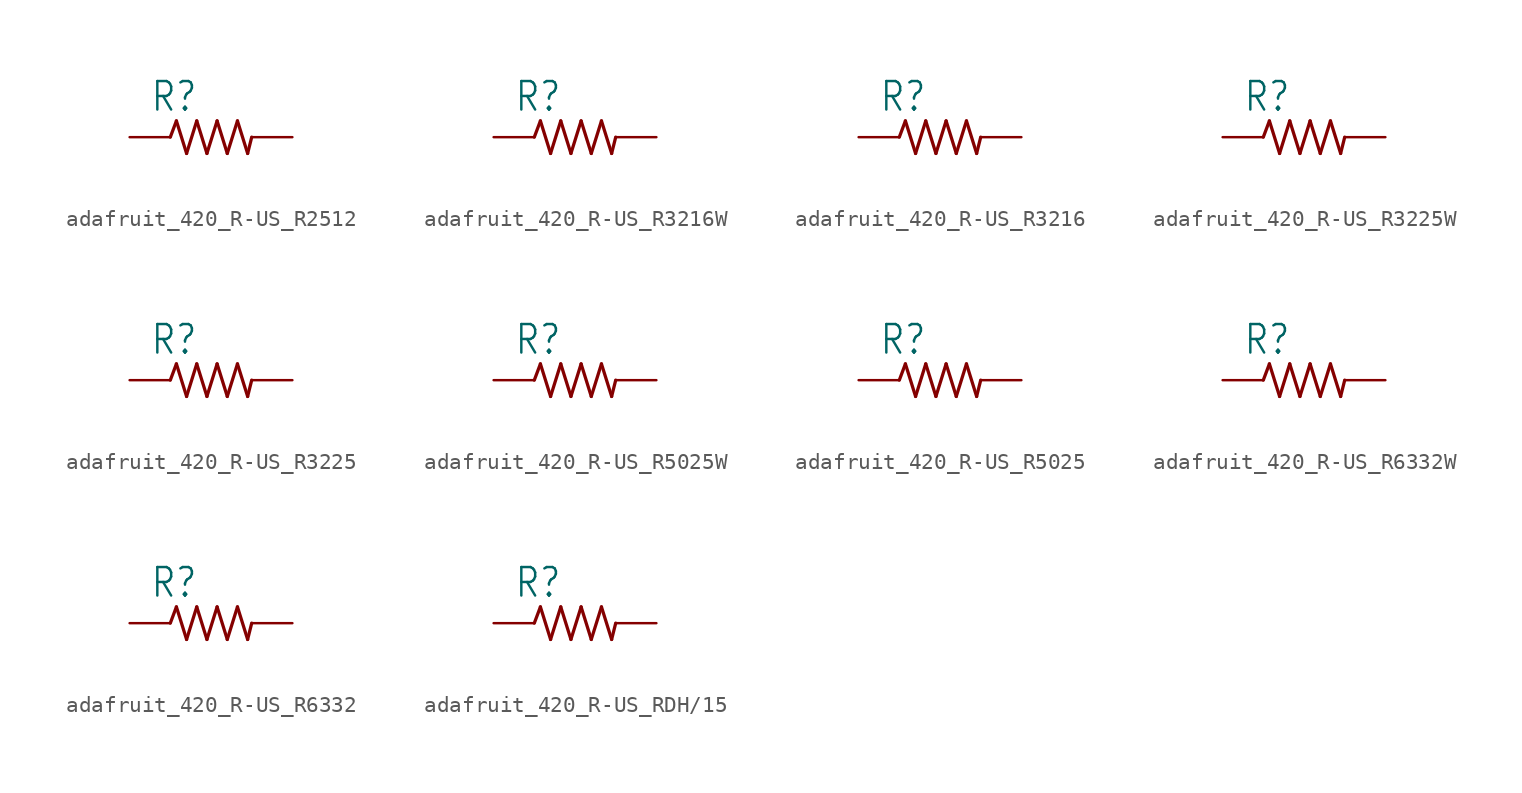
<source format=kicad_sym>
(kicad_symbol_lib
  (version 20241209)
  (generator "kicad_symbol_editor")
  (generator_version "9.0")
  (symbol "adafruit_420_R-US_R2512"
    (property "Reference" "R"
      (at -3.81 1.499 0)
      (effects (font (size 1.778 1.511)) (justify left bottom)))
    (property "Value" ""
      (at -3.81 -3.302 0)
      (effects (font (size 1.778 1.511)) (justify left bottom)))
    (property "ki_locked" ""
      (at 0 0 0)
      (effects (font (size 1.27 1.27))))
    (symbol "adafruit_420_R-US_R2512_1_0"
      (polyline (pts (xy -2.54 0) (xy -2.159 1.016)) (stroke (width 0.203) (type solid)) (fill (type none)))
      (polyline (pts (xy -2.159 1.016) (xy -1.524 -1.016)) (stroke (width 0.203) (type solid)) (fill (type none)))
      (polyline (pts (xy -1.524 -1.016) (xy -0.889 1.016)) (stroke (width 0.203) (type solid)) (fill (type none)))
      (polyline (pts (xy -0.889 1.016) (xy -0.254 -1.016)) (stroke (width 0.203) (type solid)) (fill (type none)))
      (polyline (pts (xy -0.254 -1.016) (xy 0.381 1.016)) (stroke (width 0.203) (type solid)) (fill (type none)))
      (polyline (pts (xy 0.381 1.016) (xy 1.016 -1.016)) (stroke (width 0.203) (type solid)) (fill (type none)))
      (polyline (pts (xy 1.016 -1.016) (xy 1.651 1.016)) (stroke (width 0.203) (type solid)) (fill (type none)))
      (polyline (pts (xy 1.651 1.016) (xy 2.286 -1.016)) (stroke (width 0.203) (type solid)) (fill (type none)))
      (polyline (pts (xy 2.286 -1.016) (xy 2.54 0)) (stroke (width 0.203) (type solid)) (fill (type none)))
      (pin passive line (at -5.08 0 0) (length 2.54) (name "1" (effects (font (size 0 0)))) (number "1" (effects (font (size 0 0)))))
      (pin passive line (at 5.08 0 180) (length 2.54) (name "2" (effects (font (size 0 0)))) (number "2" (effects (font (size 0 0)))))))
  (symbol "adafruit_420_R-US_R3216W"
    (property "Reference" "R"
      (at -3.81 1.499 0)
      (effects (font (size 1.778 1.511)) (justify left bottom)))
    (property "Value" ""
      (at -3.81 -3.302 0)
      (effects (font (size 1.778 1.511)) (justify left bottom)))
    (property "ki_locked" ""
      (at 0 0 0)
      (effects (font (size 1.27 1.27))))
    (symbol "adafruit_420_R-US_R3216W_1_0"
      (polyline (pts (xy -2.54 0) (xy -2.159 1.016)) (stroke (width 0.203) (type solid)) (fill (type none)))
      (polyline (pts (xy -2.159 1.016) (xy -1.524 -1.016)) (stroke (width 0.203) (type solid)) (fill (type none)))
      (polyline (pts (xy -1.524 -1.016) (xy -0.889 1.016)) (stroke (width 0.203) (type solid)) (fill (type none)))
      (polyline (pts (xy -0.889 1.016) (xy -0.254 -1.016)) (stroke (width 0.203) (type solid)) (fill (type none)))
      (polyline (pts (xy -0.254 -1.016) (xy 0.381 1.016)) (stroke (width 0.203) (type solid)) (fill (type none)))
      (polyline (pts (xy 0.381 1.016) (xy 1.016 -1.016)) (stroke (width 0.203) (type solid)) (fill (type none)))
      (polyline (pts (xy 1.016 -1.016) (xy 1.651 1.016)) (stroke (width 0.203) (type solid)) (fill (type none)))
      (polyline (pts (xy 1.651 1.016) (xy 2.286 -1.016)) (stroke (width 0.203) (type solid)) (fill (type none)))
      (polyline (pts (xy 2.286 -1.016) (xy 2.54 0)) (stroke (width 0.203) (type solid)) (fill (type none)))
      (pin passive line (at -5.08 0 0) (length 2.54) (name "1" (effects (font (size 0 0)))) (number "1" (effects (font (size 0 0)))))
      (pin passive line (at 5.08 0 180) (length 2.54) (name "2" (effects (font (size 0 0)))) (number "2" (effects (font (size 0 0)))))))
  (symbol "adafruit_420_R-US_R3216"
    (property "Reference" "R"
      (at -3.81 1.499 0)
      (effects (font (size 1.778 1.511)) (justify left bottom)))
    (property "Value" ""
      (at -3.81 -3.302 0)
      (effects (font (size 1.778 1.511)) (justify left bottom)))
    (property "ki_locked" ""
      (at 0 0 0)
      (effects (font (size 1.27 1.27))))
    (symbol "adafruit_420_R-US_R3216_1_0"
      (polyline (pts (xy -2.54 0) (xy -2.159 1.016)) (stroke (width 0.203) (type solid)) (fill (type none)))
      (polyline (pts (xy -2.159 1.016) (xy -1.524 -1.016)) (stroke (width 0.203) (type solid)) (fill (type none)))
      (polyline (pts (xy -1.524 -1.016) (xy -0.889 1.016)) (stroke (width 0.203) (type solid)) (fill (type none)))
      (polyline (pts (xy -0.889 1.016) (xy -0.254 -1.016)) (stroke (width 0.203) (type solid)) (fill (type none)))
      (polyline (pts (xy -0.254 -1.016) (xy 0.381 1.016)) (stroke (width 0.203) (type solid)) (fill (type none)))
      (polyline (pts (xy 0.381 1.016) (xy 1.016 -1.016)) (stroke (width 0.203) (type solid)) (fill (type none)))
      (polyline (pts (xy 1.016 -1.016) (xy 1.651 1.016)) (stroke (width 0.203) (type solid)) (fill (type none)))
      (polyline (pts (xy 1.651 1.016) (xy 2.286 -1.016)) (stroke (width 0.203) (type solid)) (fill (type none)))
      (polyline (pts (xy 2.286 -1.016) (xy 2.54 0)) (stroke (width 0.203) (type solid)) (fill (type none)))
      (pin passive line (at -5.08 0 0) (length 2.54) (name "1" (effects (font (size 0 0)))) (number "1" (effects (font (size 0 0)))))
      (pin passive line (at 5.08 0 180) (length 2.54) (name "2" (effects (font (size 0 0)))) (number "2" (effects (font (size 0 0)))))))
  (symbol "adafruit_420_R-US_R3225W"
    (property "Reference" "R"
      (at -3.81 1.499 0)
      (effects (font (size 1.778 1.511)) (justify left bottom)))
    (property "Value" ""
      (at -3.81 -3.302 0)
      (effects (font (size 1.778 1.511)) (justify left bottom)))
    (property "ki_locked" ""
      (at 0 0 0)
      (effects (font (size 1.27 1.27))))
    (symbol "adafruit_420_R-US_R3225W_1_0"
      (polyline (pts (xy -2.54 0) (xy -2.159 1.016)) (stroke (width 0.203) (type solid)) (fill (type none)))
      (polyline (pts (xy -2.159 1.016) (xy -1.524 -1.016)) (stroke (width 0.203) (type solid)) (fill (type none)))
      (polyline (pts (xy -1.524 -1.016) (xy -0.889 1.016)) (stroke (width 0.203) (type solid)) (fill (type none)))
      (polyline (pts (xy -0.889 1.016) (xy -0.254 -1.016)) (stroke (width 0.203) (type solid)) (fill (type none)))
      (polyline (pts (xy -0.254 -1.016) (xy 0.381 1.016)) (stroke (width 0.203) (type solid)) (fill (type none)))
      (polyline (pts (xy 0.381 1.016) (xy 1.016 -1.016)) (stroke (width 0.203) (type solid)) (fill (type none)))
      (polyline (pts (xy 1.016 -1.016) (xy 1.651 1.016)) (stroke (width 0.203) (type solid)) (fill (type none)))
      (polyline (pts (xy 1.651 1.016) (xy 2.286 -1.016)) (stroke (width 0.203) (type solid)) (fill (type none)))
      (polyline (pts (xy 2.286 -1.016) (xy 2.54 0)) (stroke (width 0.203) (type solid)) (fill (type none)))
      (pin passive line (at -5.08 0 0) (length 2.54) (name "1" (effects (font (size 0 0)))) (number "1" (effects (font (size 0 0)))))
      (pin passive line (at 5.08 0 180) (length 2.54) (name "2" (effects (font (size 0 0)))) (number "2" (effects (font (size 0 0)))))))
  (symbol "adafruit_420_R-US_R3225"
    (property "Reference" "R"
      (at -3.81 1.499 0)
      (effects (font (size 1.778 1.511)) (justify left bottom)))
    (property "Value" ""
      (at -3.81 -3.302 0)
      (effects (font (size 1.778 1.511)) (justify left bottom)))
    (property "ki_locked" ""
      (at 0 0 0)
      (effects (font (size 1.27 1.27))))
    (symbol "adafruit_420_R-US_R3225_1_0"
      (polyline (pts (xy -2.54 0) (xy -2.159 1.016)) (stroke (width 0.203) (type solid)) (fill (type none)))
      (polyline (pts (xy -2.159 1.016) (xy -1.524 -1.016)) (stroke (width 0.203) (type solid)) (fill (type none)))
      (polyline (pts (xy -1.524 -1.016) (xy -0.889 1.016)) (stroke (width 0.203) (type solid)) (fill (type none)))
      (polyline (pts (xy -0.889 1.016) (xy -0.254 -1.016)) (stroke (width 0.203) (type solid)) (fill (type none)))
      (polyline (pts (xy -0.254 -1.016) (xy 0.381 1.016)) (stroke (width 0.203) (type solid)) (fill (type none)))
      (polyline (pts (xy 0.381 1.016) (xy 1.016 -1.016)) (stroke (width 0.203) (type solid)) (fill (type none)))
      (polyline (pts (xy 1.016 -1.016) (xy 1.651 1.016)) (stroke (width 0.203) (type solid)) (fill (type none)))
      (polyline (pts (xy 1.651 1.016) (xy 2.286 -1.016)) (stroke (width 0.203) (type solid)) (fill (type none)))
      (polyline (pts (xy 2.286 -1.016) (xy 2.54 0)) (stroke (width 0.203) (type solid)) (fill (type none)))
      (pin passive line (at -5.08 0 0) (length 2.54) (name "1" (effects (font (size 0 0)))) (number "1" (effects (font (size 0 0)))))
      (pin passive line (at 5.08 0 180) (length 2.54) (name "2" (effects (font (size 0 0)))) (number "2" (effects (font (size 0 0)))))))
  (symbol "adafruit_420_R-US_R5025W"
    (property "Reference" "R"
      (at -3.81 1.499 0)
      (effects (font (size 1.778 1.511)) (justify left bottom)))
    (property "Value" ""
      (at -3.81 -3.302 0)
      (effects (font (size 1.778 1.511)) (justify left bottom)))
    (property "ki_locked" ""
      (at 0 0 0)
      (effects (font (size 1.27 1.27))))
    (symbol "adafruit_420_R-US_R5025W_1_0"
      (polyline (pts (xy -2.54 0) (xy -2.159 1.016)) (stroke (width 0.203) (type solid)) (fill (type none)))
      (polyline (pts (xy -2.159 1.016) (xy -1.524 -1.016)) (stroke (width 0.203) (type solid)) (fill (type none)))
      (polyline (pts (xy -1.524 -1.016) (xy -0.889 1.016)) (stroke (width 0.203) (type solid)) (fill (type none)))
      (polyline (pts (xy -0.889 1.016) (xy -0.254 -1.016)) (stroke (width 0.203) (type solid)) (fill (type none)))
      (polyline (pts (xy -0.254 -1.016) (xy 0.381 1.016)) (stroke (width 0.203) (type solid)) (fill (type none)))
      (polyline (pts (xy 0.381 1.016) (xy 1.016 -1.016)) (stroke (width 0.203) (type solid)) (fill (type none)))
      (polyline (pts (xy 1.016 -1.016) (xy 1.651 1.016)) (stroke (width 0.203) (type solid)) (fill (type none)))
      (polyline (pts (xy 1.651 1.016) (xy 2.286 -1.016)) (stroke (width 0.203) (type solid)) (fill (type none)))
      (polyline (pts (xy 2.286 -1.016) (xy 2.54 0)) (stroke (width 0.203) (type solid)) (fill (type none)))
      (pin passive line (at -5.08 0 0) (length 2.54) (name "1" (effects (font (size 0 0)))) (number "1" (effects (font (size 0 0)))))
      (pin passive line (at 5.08 0 180) (length 2.54) (name "2" (effects (font (size 0 0)))) (number "2" (effects (font (size 0 0)))))))
  (symbol "adafruit_420_R-US_R5025"
    (property "Reference" "R"
      (at -3.81 1.499 0)
      (effects (font (size 1.778 1.511)) (justify left bottom)))
    (property "Value" ""
      (at -3.81 -3.302 0)
      (effects (font (size 1.778 1.511)) (justify left bottom)))
    (property "ki_locked" ""
      (at 0 0 0)
      (effects (font (size 1.27 1.27))))
    (symbol "adafruit_420_R-US_R5025_1_0"
      (polyline (pts (xy -2.54 0) (xy -2.159 1.016)) (stroke (width 0.203) (type solid)) (fill (type none)))
      (polyline (pts (xy -2.159 1.016) (xy -1.524 -1.016)) (stroke (width 0.203) (type solid)) (fill (type none)))
      (polyline (pts (xy -1.524 -1.016) (xy -0.889 1.016)) (stroke (width 0.203) (type solid)) (fill (type none)))
      (polyline (pts (xy -0.889 1.016) (xy -0.254 -1.016)) (stroke (width 0.203) (type solid)) (fill (type none)))
      (polyline (pts (xy -0.254 -1.016) (xy 0.381 1.016)) (stroke (width 0.203) (type solid)) (fill (type none)))
      (polyline (pts (xy 0.381 1.016) (xy 1.016 -1.016)) (stroke (width 0.203) (type solid)) (fill (type none)))
      (polyline (pts (xy 1.016 -1.016) (xy 1.651 1.016)) (stroke (width 0.203) (type solid)) (fill (type none)))
      (polyline (pts (xy 1.651 1.016) (xy 2.286 -1.016)) (stroke (width 0.203) (type solid)) (fill (type none)))
      (polyline (pts (xy 2.286 -1.016) (xy 2.54 0)) (stroke (width 0.203) (type solid)) (fill (type none)))
      (pin passive line (at -5.08 0 0) (length 2.54) (name "1" (effects (font (size 0 0)))) (number "1" (effects (font (size 0 0)))))
      (pin passive line (at 5.08 0 180) (length 2.54) (name "2" (effects (font (size 0 0)))) (number "2" (effects (font (size 0 0)))))))
  (symbol "adafruit_420_R-US_R6332W"
    (property "Reference" "R"
      (at -3.81 1.499 0)
      (effects (font (size 1.778 1.511)) (justify left bottom)))
    (property "Value" ""
      (at -3.81 -3.302 0)
      (effects (font (size 1.778 1.511)) (justify left bottom)))
    (property "ki_locked" ""
      (at 0 0 0)
      (effects (font (size 1.27 1.27))))
    (symbol "adafruit_420_R-US_R6332W_1_0"
      (polyline (pts (xy -2.54 0) (xy -2.159 1.016)) (stroke (width 0.203) (type solid)) (fill (type none)))
      (polyline (pts (xy -2.159 1.016) (xy -1.524 -1.016)) (stroke (width 0.203) (type solid)) (fill (type none)))
      (polyline (pts (xy -1.524 -1.016) (xy -0.889 1.016)) (stroke (width 0.203) (type solid)) (fill (type none)))
      (polyline (pts (xy -0.889 1.016) (xy -0.254 -1.016)) (stroke (width 0.203) (type solid)) (fill (type none)))
      (polyline (pts (xy -0.254 -1.016) (xy 0.381 1.016)) (stroke (width 0.203) (type solid)) (fill (type none)))
      (polyline (pts (xy 0.381 1.016) (xy 1.016 -1.016)) (stroke (width 0.203) (type solid)) (fill (type none)))
      (polyline (pts (xy 1.016 -1.016) (xy 1.651 1.016)) (stroke (width 0.203) (type solid)) (fill (type none)))
      (polyline (pts (xy 1.651 1.016) (xy 2.286 -1.016)) (stroke (width 0.203) (type solid)) (fill (type none)))
      (polyline (pts (xy 2.286 -1.016) (xy 2.54 0)) (stroke (width 0.203) (type solid)) (fill (type none)))
      (pin passive line (at -5.08 0 0) (length 2.54) (name "1" (effects (font (size 0 0)))) (number "1" (effects (font (size 0 0)))))
      (pin passive line (at 5.08 0 180) (length 2.54) (name "2" (effects (font (size 0 0)))) (number "2" (effects (font (size 0 0)))))))
  (symbol "adafruit_420_R-US_R6332"
    (property "Reference" "R"
      (at -3.81 1.499 0)
      (effects (font (size 1.778 1.511)) (justify left bottom)))
    (property "Value" ""
      (at -3.81 -3.302 0)
      (effects (font (size 1.778 1.511)) (justify left bottom)))
    (property "ki_locked" ""
      (at 0 0 0)
      (effects (font (size 1.27 1.27))))
    (symbol "adafruit_420_R-US_R6332_1_0"
      (polyline (pts (xy -2.54 0) (xy -2.159 1.016)) (stroke (width 0.203) (type solid)) (fill (type none)))
      (polyline (pts (xy -2.159 1.016) (xy -1.524 -1.016)) (stroke (width 0.203) (type solid)) (fill (type none)))
      (polyline (pts (xy -1.524 -1.016) (xy -0.889 1.016)) (stroke (width 0.203) (type solid)) (fill (type none)))
      (polyline (pts (xy -0.889 1.016) (xy -0.254 -1.016)) (stroke (width 0.203) (type solid)) (fill (type none)))
      (polyline (pts (xy -0.254 -1.016) (xy 0.381 1.016)) (stroke (width 0.203) (type solid)) (fill (type none)))
      (polyline (pts (xy 0.381 1.016) (xy 1.016 -1.016)) (stroke (width 0.203) (type solid)) (fill (type none)))
      (polyline (pts (xy 1.016 -1.016) (xy 1.651 1.016)) (stroke (width 0.203) (type solid)) (fill (type none)))
      (polyline (pts (xy 1.651 1.016) (xy 2.286 -1.016)) (stroke (width 0.203) (type solid)) (fill (type none)))
      (polyline (pts (xy 2.286 -1.016) (xy 2.54 0)) (stroke (width 0.203) (type solid)) (fill (type none)))
      (pin passive line (at -5.08 0 0) (length 2.54) (name "1" (effects (font (size 0 0)))) (number "1" (effects (font (size 0 0)))))
      (pin passive line (at 5.08 0 180) (length 2.54) (name "2" (effects (font (size 0 0)))) (number "2" (effects (font (size 0 0)))))))
  (symbol "adafruit_420_R-US_RDH/15"
    (property "Reference" "R"
      (at -3.81 1.499 0)
      (effects (font (size 1.778 1.511)) (justify left bottom)))
    (property "Value" ""
      (at -3.81 -3.302 0)
      (effects (font (size 1.778 1.511)) (justify left bottom)))
    (property "ki_locked" ""
      (at 0 0 0)
      (effects (font (size 1.27 1.27))))
    (symbol "adafruit_420_R-US_RDH/15_1_0"
      (polyline (pts (xy -2.54 0) (xy -2.159 1.016)) (stroke (width 0.203) (type solid)) (fill (type none)))
      (polyline (pts (xy -2.159 1.016) (xy -1.524 -1.016)) (stroke (width 0.203) (type solid)) (fill (type none)))
      (polyline (pts (xy -1.524 -1.016) (xy -0.889 1.016)) (stroke (width 0.203) (type solid)) (fill (type none)))
      (polyline (pts (xy -0.889 1.016) (xy -0.254 -1.016)) (stroke (width 0.203) (type solid)) (fill (type none)))
      (polyline (pts (xy -0.254 -1.016) (xy 0.381 1.016)) (stroke (width 0.203) (type solid)) (fill (type none)))
      (polyline (pts (xy 0.381 1.016) (xy 1.016 -1.016)) (stroke (width 0.203) (type solid)) (fill (type none)))
      (polyline (pts (xy 1.016 -1.016) (xy 1.651 1.016)) (stroke (width 0.203) (type solid)) (fill (type none)))
      (polyline (pts (xy 1.651 1.016) (xy 2.286 -1.016)) (stroke (width 0.203) (type solid)) (fill (type none)))
      (polyline (pts (xy 2.286 -1.016) (xy 2.54 0)) (stroke (width 0.203) (type solid)) (fill (type none)))
      (pin passive line (at -5.08 0 0) (length 2.54) (name "1" (effects (font (size 0 0)))) (number "1" (effects (font (size 0 0)))))
      (pin passive line (at 5.08 0 180) (length 2.54) (name "2" (effects (font (size 0 0)))) (number "2" (effects (font (size 0 0))))))))
</source>
